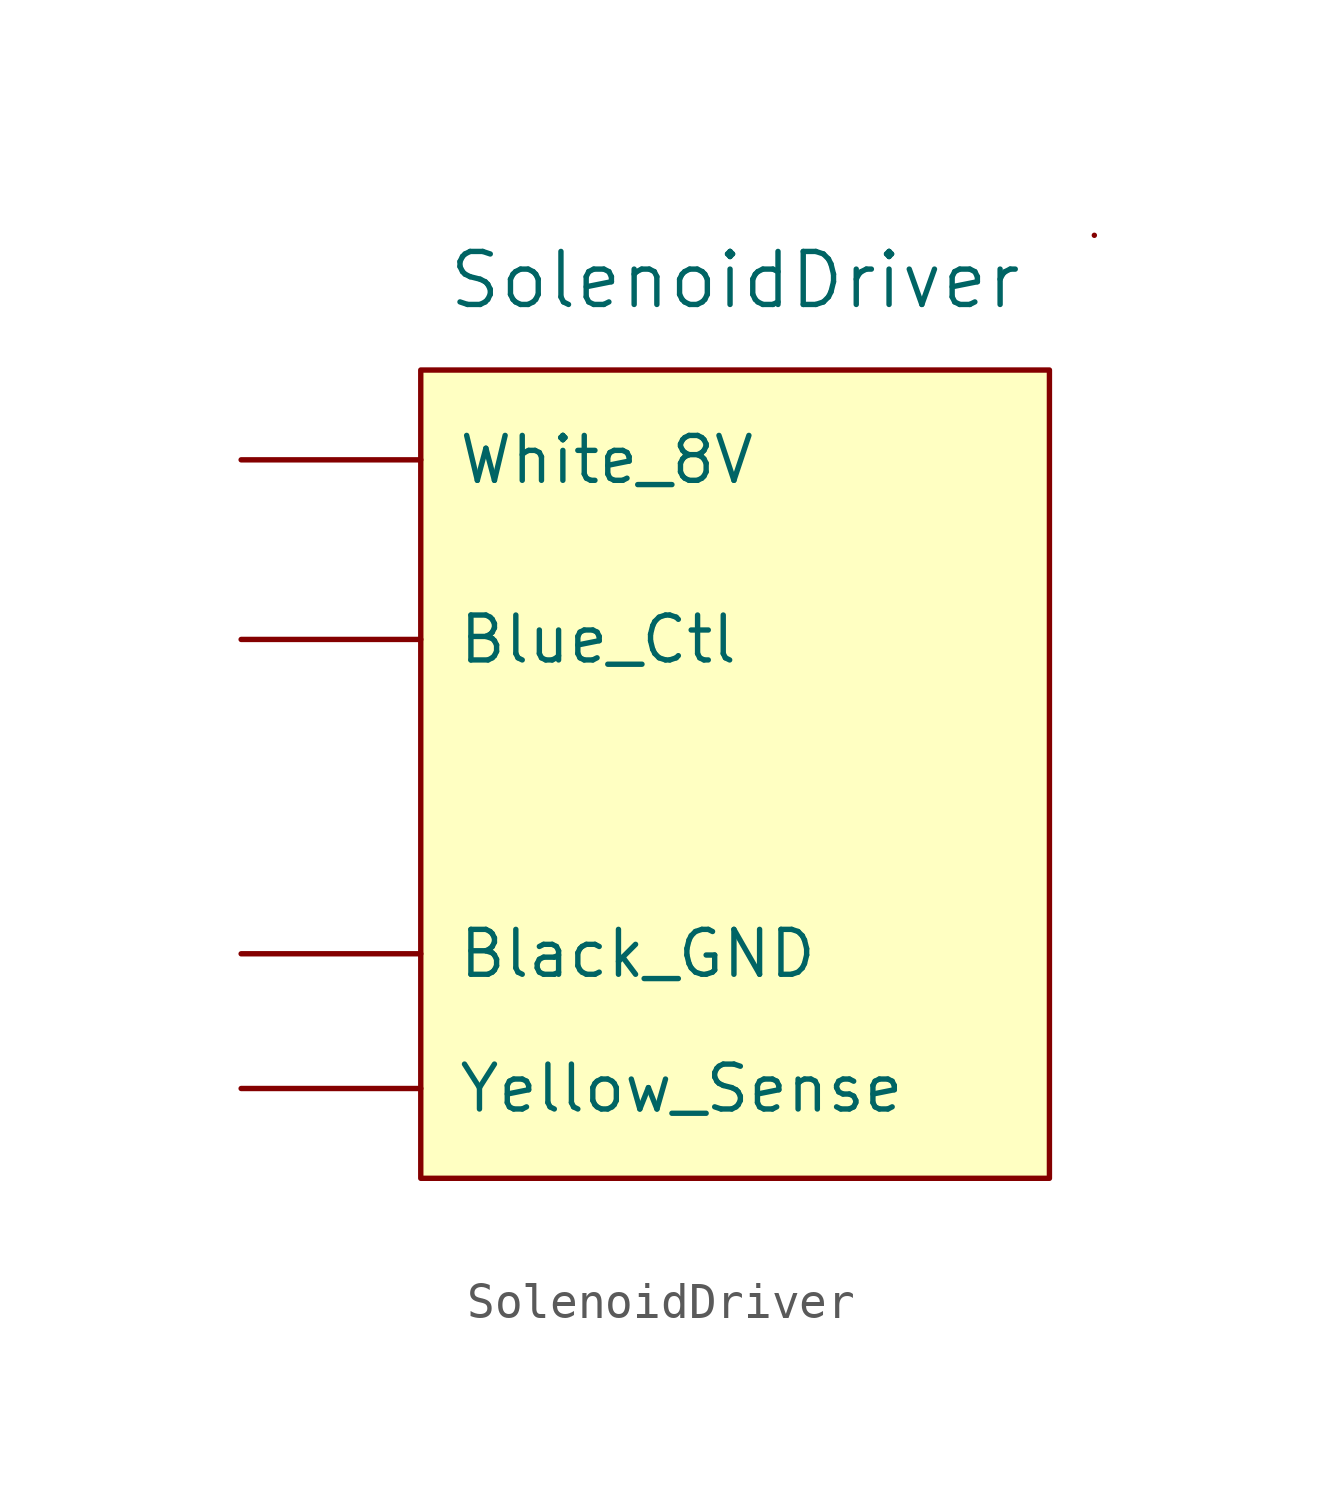
<source format=kicad_sym>
(kicad_symbol_lib
  (version 20231120)
  (generator "kicad_symbol_editor")
  (generator_version "8.0")
  (symbol "SolenoidDriver"
    (pin_names
      (offset 1.016))
    (property "Reference" "U"
      (at 0 0 0)
      (effects (font (size 1.499 1.499)) (hide yes)))
    (property "Value" "SolenoidDriver"
      (at 0 0 0)
      (effects (font (size 1.499 1.499))))
    (symbol "SolenoidDriver_0_1"
      (rectangle (start -8.89 -2.54) (end 8.89 -25.4) (stroke (width 0) (type solid)) (fill (type background)))
      (rectangle (start 10.16 1.27) (end 10.16 1.27) (stroke (width 0) (type solid)) (fill (type none)))
      (pin input line (at -13.97 -19.05 0) (length 5.08) (name "Black_GND" (effects (font (size 1.27 1.27)))) (number "~" (effects (font (size 1.27 1.27)))))
      (pin input line (at -13.97 -10.16 0) (length 5.08) (name "Blue_Ctl" (effects (font (size 1.27 1.27)))) (number "~" (effects (font (size 1.27 1.27)))))
      (pin input line (at -13.97 -5.08 0) (length 5.08) (name "White_8V" (effects (font (size 1.27 1.27)))) (number "~" (effects (font (size 1.27 1.27)))))
      (pin output line (at -13.97 -22.86 0) (length 5.08) (name "Yellow_Sense" (effects (font (size 1.27 1.27)))) (number "~" (effects (font (size 1.27 1.27))))))))
</source>
